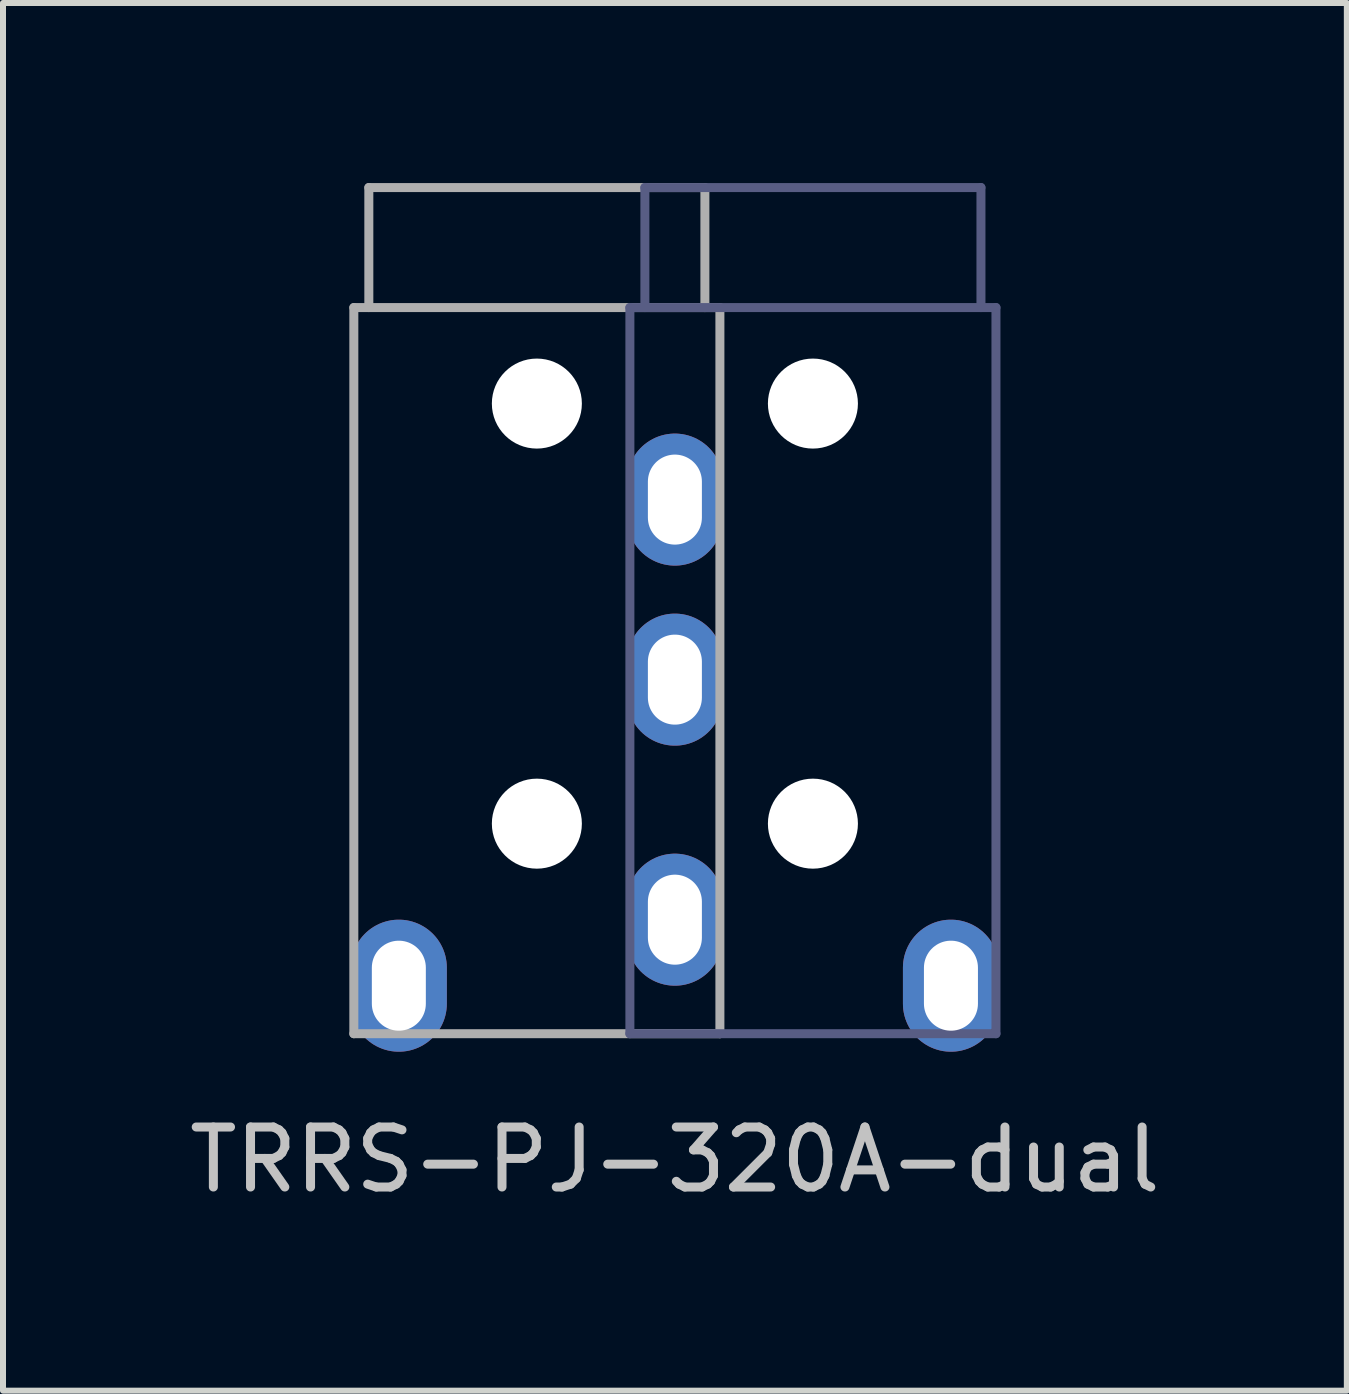
<source format=kicad_pcb>
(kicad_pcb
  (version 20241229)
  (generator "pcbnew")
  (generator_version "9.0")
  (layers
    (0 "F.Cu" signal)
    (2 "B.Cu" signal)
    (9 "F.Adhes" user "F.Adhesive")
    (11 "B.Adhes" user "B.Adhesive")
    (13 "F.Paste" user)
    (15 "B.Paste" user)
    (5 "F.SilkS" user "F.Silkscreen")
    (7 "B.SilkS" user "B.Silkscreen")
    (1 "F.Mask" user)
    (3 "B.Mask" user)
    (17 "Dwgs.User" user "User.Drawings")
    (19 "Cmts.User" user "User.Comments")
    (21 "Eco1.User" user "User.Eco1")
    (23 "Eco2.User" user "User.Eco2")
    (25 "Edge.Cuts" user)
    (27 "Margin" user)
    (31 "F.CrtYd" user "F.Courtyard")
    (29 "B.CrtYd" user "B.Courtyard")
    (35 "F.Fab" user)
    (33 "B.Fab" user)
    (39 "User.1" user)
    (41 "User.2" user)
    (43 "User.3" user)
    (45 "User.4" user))
  (footprint "TRRS-PJ-320A-dual"
    (layer "F.Cu")
    (at 8.196 2.075)
    (property "Reference" "TRRS-PJ-320A-dual" (at 0 14.2 0) (layer "Dwgs.User") (effects (font (size 1 1) (thickness 0.15))))
    (attr through_hole)
    (fp_line (start -0.75 0) (end -0.75 12.1) (stroke (width 0.15) (type solid)) (layer "B.Fab"))
    (fp_line (start -0.75 0) (end 5.35 0) (stroke (width 0.15) (type solid)) (layer "B.Fab"))
    (fp_line (start -0.75 12.1) (end 5.35 12.1) (stroke (width 0.15) (type solid)) (layer "B.Fab"))
    (fp_line (start -0.5 -2) (end 5.1 -2) (stroke (width 0.15) (type solid)) (layer "B.Fab"))
    (fp_line (start -0.5 0) (end -0.5 -2) (stroke (width 0.15) (type solid)) (layer "B.Fab"))
    (fp_line (start 5.1 0) (end 5.1 -2) (stroke (width 0.15) (type solid)) (layer "B.Fab"))
    (fp_line (start 5.35 0) (end 5.35 12.1) (stroke (width 0.15) (type solid)) (layer "B.Fab"))
    (fp_line (start -5.35 0) (end -5.35 12.1) (stroke (width 0.15) (type solid)) (layer "F.Fab"))
    (fp_line (start -5.1 0) (end -5.1 -2) (stroke (width 0.15) (type solid)) (layer "F.Fab"))
    (fp_line (start 0.5 -2) (end -5.1 -2) (stroke (width 0.15) (type solid)) (layer "F.Fab"))
    (fp_line (start 0.5 0) (end 0.5 -2) (stroke (width 0.15) (type solid)) (layer "F.Fab"))
    (fp_line (start 0.75 0) (end -5.35 0) (stroke (width 0.15) (type solid)) (layer "F.Fab"))
    (fp_line (start 0.75 0) (end 0.75 12.1) (stroke (width 0.15) (type solid)) (layer "F.Fab"))
    (fp_line (start 0.75 12.1) (end -5.35 12.1) (stroke (width 0.15) (type solid)) (layer "F.Fab"))
    (pad "" np_thru_hole circle (at -2.3 1.6) (size 1.5 1.5) (drill 1.5) (layers "*.Cu" "*.Mask"))
    (pad "" np_thru_hole circle (at -2.3 8.6) (size 1.5 1.5) (drill 1.5) (layers "*.Cu" "*.Mask"))
    (pad "" np_thru_hole circle (at 2.3 1.6) (size 1.5 1.5) (drill 1.5) (layers "*.Cu" "*.Mask"))
    (pad "" np_thru_hole circle (at 2.3 8.6) (size 1.5 1.5) (drill 1.5) (layers "*.Cu" "*.Mask"))
    (pad "R1" thru_hole oval (at 0 6.2) (size 1.6 2.2) (drill oval 0.9 1.5) (layers "*.Cu" "*.Mask"))
    (pad "R2" thru_hole oval (at 0 3.2) (size 1.6 2.2) (drill oval 0.9 1.5) (layers "*.Cu" "*.Mask"))
    (pad "S" thru_hole oval (at -4.6 11.3) (size 1.6 2.2) (drill oval 0.9 1.5) (layers "*.Cu" "*.Mask"))
    (pad "S" thru_hole oval (at 4.6 11.3) (size 1.6 2.2) (drill oval 0.9 1.5) (layers "*.Cu" "*.Mask"))
    (pad "T" thru_hole oval (at 0 10.2) (size 1.6 2.2) (drill oval 0.9 1.5) (layers "*.Cu" "*.Mask")))
  (gr_rect
    (start -3 -3)
    (end 19.393 20.123)
    (stroke (width 0.1) (type default))
    (fill no)
    (layer "Edge.Cuts")))
</source>
